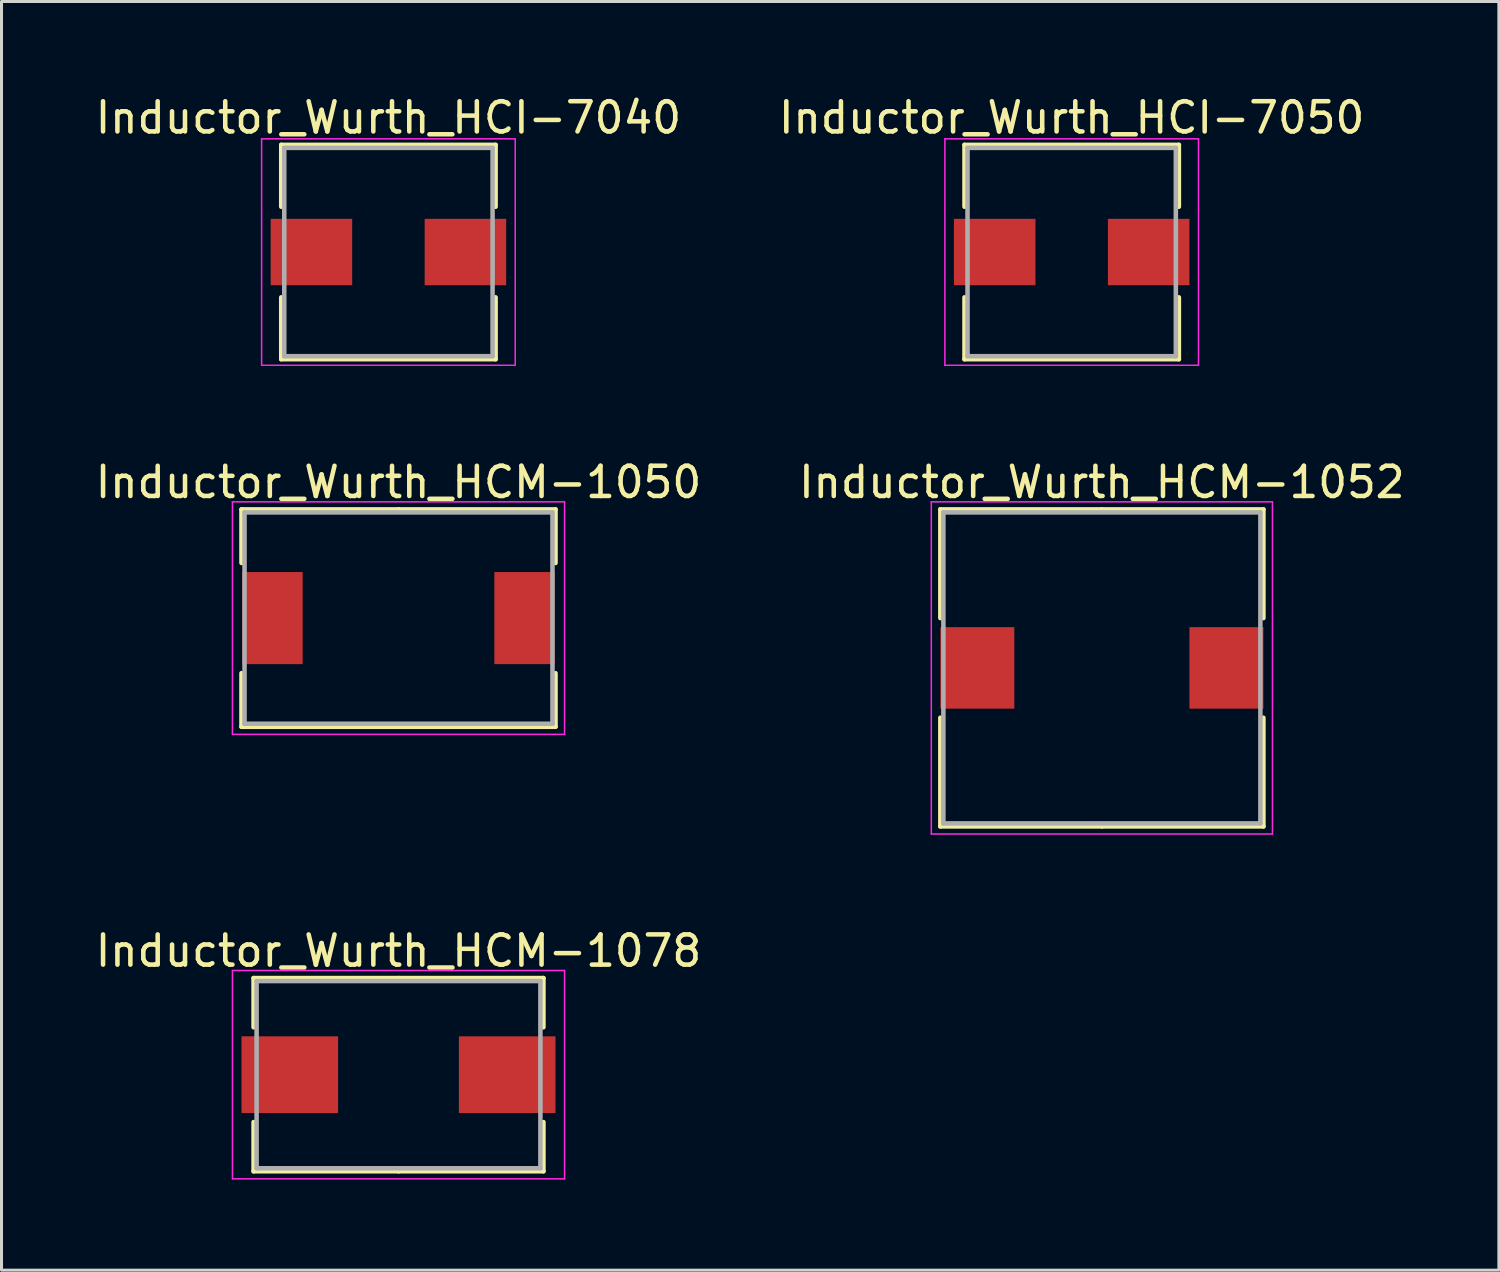
<source format=kicad_pcb>
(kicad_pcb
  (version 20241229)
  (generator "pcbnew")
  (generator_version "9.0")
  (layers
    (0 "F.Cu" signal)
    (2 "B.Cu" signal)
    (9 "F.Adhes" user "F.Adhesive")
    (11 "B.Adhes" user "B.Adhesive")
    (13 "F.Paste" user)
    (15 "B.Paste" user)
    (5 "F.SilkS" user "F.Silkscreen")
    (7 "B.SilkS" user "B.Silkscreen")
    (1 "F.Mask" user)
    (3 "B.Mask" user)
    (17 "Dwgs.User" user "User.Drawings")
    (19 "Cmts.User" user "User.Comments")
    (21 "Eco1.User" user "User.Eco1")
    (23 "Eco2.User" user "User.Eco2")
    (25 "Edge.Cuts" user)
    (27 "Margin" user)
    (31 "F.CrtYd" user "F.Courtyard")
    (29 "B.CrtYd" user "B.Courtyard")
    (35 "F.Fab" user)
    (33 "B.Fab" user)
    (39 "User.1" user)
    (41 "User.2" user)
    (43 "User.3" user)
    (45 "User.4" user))
  (footprint "Inductor_Wurth_HCM-1050"
    (layer "F.Cu")
    (at 10.149 17.422)
    (property "Reference" "Inductor_Wurth_HCM-1050" (at 0 -4.5 0) (layer "F.SilkS") (effects (font (size 1 1) (thickness 0.15))))
    (attr smd)
    (fp_line (start -5.2 -3.6) (end 0 -3.6) (stroke (width 0.15) (type solid)) (layer "F.SilkS"))
    (fp_line (start -5.2 -1.825) (end -5.2 -3.6) (stroke (width 0.15) (type solid)) (layer "F.SilkS"))
    (fp_line (start -5.2 1.825) (end -5.2 3.6) (stroke (width 0.15) (type solid)) (layer "F.SilkS"))
    (fp_line (start -5.2 3.6) (end 0 3.6) (stroke (width 0.15) (type solid)) (layer "F.SilkS"))
    (fp_line (start 5.2 -3.6) (end 0 -3.6) (stroke (width 0.15) (type solid)) (layer "F.SilkS"))
    (fp_line (start 5.2 -1.825) (end 5.2 -3.6) (stroke (width 0.15) (type solid)) (layer "F.SilkS"))
    (fp_line (start 5.2 1.825) (end 5.2 3.6) (stroke (width 0.15) (type solid)) (layer "F.SilkS"))
    (fp_line (start 5.2 3.6) (end 0 3.6) (stroke (width 0.15) (type solid)) (layer "F.SilkS"))
    (fp_line (start -5.5 -3.85) (end -5.5 3.85) (stroke (width 0.05) (type solid)) (layer "F.CrtYd"))
    (fp_line (start -5.5 3.85) (end 5.5 3.85) (stroke (width 0.05) (type solid)) (layer "F.CrtYd"))
    (fp_line (start 5.5 -3.85) (end -5.5 -3.85) (stroke (width 0.05) (type solid)) (layer "F.CrtYd"))
    (fp_line (start 5.5 3.85) (end 5.5 -3.85) (stroke (width 0.05) (type solid)) (layer "F.CrtYd"))
    (fp_line (start -5.1 -3.5) (end -5.1 3.5) (stroke (width 0.15) (type solid)) (layer "F.Fab"))
    (fp_line (start -5.1 3.5) (end 5.1 3.5) (stroke (width 0.15) (type solid)) (layer "F.Fab"))
    (fp_line (start 5.1 -3.5) (end -5.1 -3.5) (stroke (width 0.15) (type solid)) (layer "F.Fab"))
    (fp_line (start 5.1 3.5) (end 5.1 -3.5) (stroke (width 0.15) (type solid)) (layer "F.Fab"))
    (pad "1" smd rect (at -4.175 0) (size 2 3.05) (layers "F.Cu" "F.Mask" "F.Paste"))
    (pad "2" smd rect (at 4.175 0) (size 2 3.05) (layers "F.Cu" "F.Mask" "F.Paste")))
  (footprint "Inductor_Wurth_HCI-7050"
    (layer "F.Cu")
    (at 32.446 5.298)
    (property "Reference" "Inductor_Wurth_HCI-7050" (at 0 -4.45 0) (layer "F.SilkS") (effects (font (size 1 1) (thickness 0.15))))
    (attr smd)
    (fp_line (start -3.55 -3.55) (end 3.55 -3.55) (stroke (width 0.15) (type solid)) (layer "F.SilkS"))
    (fp_line (start -3.55 -1.5) (end -3.55 -3.55) (stroke (width 0.15) (type solid)) (layer "F.SilkS"))
    (fp_line (start -3.55 1.5) (end -3.55 3.55) (stroke (width 0.15) (type solid)) (layer "F.SilkS"))
    (fp_line (start -3.55 3.55) (end 3.55 3.55) (stroke (width 0.15) (type solid)) (layer "F.SilkS"))
    (fp_line (start 3.55 -3.55) (end 3.55 -1.5) (stroke (width 0.15) (type solid)) (layer "F.SilkS"))
    (fp_line (start 3.55 3.55) (end 3.55 1.5) (stroke (width 0.15) (type solid)) (layer "F.SilkS"))
    (fp_line (start -4.2 -3.75) (end -4.2 3.75) (stroke (width 0.05) (type solid)) (layer "F.CrtYd"))
    (fp_line (start -4.2 3.75) (end 4.2 3.75) (stroke (width 0.05) (type solid)) (layer "F.CrtYd"))
    (fp_line (start 4.2 -3.75) (end -4.2 -3.75) (stroke (width 0.05) (type solid)) (layer "F.CrtYd"))
    (fp_line (start 4.2 3.75) (end 4.2 -3.75) (stroke (width 0.05) (type solid)) (layer "F.CrtYd"))
    (fp_line (start -3.45 -3.45) (end -3.45 3.45) (stroke (width 0.15) (type solid)) (layer "F.Fab"))
    (fp_line (start -3.45 3.45) (end 3.45 3.45) (stroke (width 0.15) (type solid)) (layer "F.Fab"))
    (fp_line (start 3.45 -3.45) (end -3.45 -3.45) (stroke (width 0.15) (type solid)) (layer "F.Fab"))
    (fp_line (start 3.45 3.45) (end 3.45 -3.45) (stroke (width 0.15) (type solid)) (layer "F.Fab"))
    (pad "1" smd rect (at -2.55 0) (size 2.7 2.2) (layers "F.Cu" "F.Mask" "F.Paste"))
    (pad "2" smd rect (at 2.55 0) (size 2.7 2.2) (layers "F.Cu" "F.Mask" "F.Paste")))
  (footprint "Inductor_Wurth_HCI-7040"
    (layer "F.Cu")
    (at 9.815 5.298)
    (property "Reference" "Inductor_Wurth_HCI-7040" (at 0 -4.45 0) (layer "F.SilkS") (effects (font (size 1 1) (thickness 0.15))))
    (attr smd)
    (fp_line (start -3.55 -3.55) (end 3.55 -3.55) (stroke (width 0.15) (type solid)) (layer "F.SilkS"))
    (fp_line (start -3.55 -1.5) (end -3.55 -3.55) (stroke (width 0.15) (type solid)) (layer "F.SilkS"))
    (fp_line (start -3.55 1.5) (end -3.55 3.55) (stroke (width 0.15) (type solid)) (layer "F.SilkS"))
    (fp_line (start -3.55 3.55) (end 3.55 3.55) (stroke (width 0.15) (type solid)) (layer "F.SilkS"))
    (fp_line (start 3.55 -3.55) (end 3.55 -1.5) (stroke (width 0.15) (type solid)) (layer "F.SilkS"))
    (fp_line (start 3.55 3.55) (end 3.55 1.5) (stroke (width 0.15) (type solid)) (layer "F.SilkS"))
    (fp_line (start -4.2 -3.75) (end -4.2 3.75) (stroke (width 0.05) (type solid)) (layer "F.CrtYd"))
    (fp_line (start -4.2 3.75) (end 4.2 3.75) (stroke (width 0.05) (type solid)) (layer "F.CrtYd"))
    (fp_line (start 4.2 -3.75) (end -4.2 -3.75) (stroke (width 0.05) (type solid)) (layer "F.CrtYd"))
    (fp_line (start 4.2 3.75) (end 4.2 -3.75) (stroke (width 0.05) (type solid)) (layer "F.CrtYd"))
    (fp_line (start -3.45 -3.45) (end -3.45 3.45) (stroke (width 0.15) (type solid)) (layer "F.Fab"))
    (fp_line (start -3.45 3.45) (end 3.45 3.45) (stroke (width 0.15) (type solid)) (layer "F.Fab"))
    (fp_line (start 3.45 -3.45) (end -3.45 -3.45) (stroke (width 0.15) (type solid)) (layer "F.Fab"))
    (fp_line (start 3.45 3.45) (end 3.45 -3.45) (stroke (width 0.15) (type solid)) (layer "F.Fab"))
    (pad "1" smd rect (at -2.55 0) (size 2.7 2.2) (layers "F.Cu" "F.Mask" "F.Paste"))
    (pad "2" smd rect (at 2.55 0) (size 2.7 2.2) (layers "F.Cu" "F.Mask" "F.Paste")))
  (footprint "Inductor_Wurth_HCM-1078"
    (layer "F.Cu")
    (at 10.149 32.545)
    (property "Reference" "Inductor_Wurth_HCM-1078" (at 0 -4.1 0) (layer "F.SilkS") (effects (font (size 1 1) (thickness 0.15))))
    (attr smd)
    (fp_line (start -4.8 -3.2) (end 0 -3.2) (stroke (width 0.15) (type solid)) (layer "F.SilkS"))
    (fp_line (start -4.8 -1.57) (end -4.8 -3.2) (stroke (width 0.15) (type solid)) (layer "F.SilkS"))
    (fp_line (start -4.8 1.57) (end -4.8 3.2) (stroke (width 0.15) (type solid)) (layer "F.SilkS"))
    (fp_line (start -4.8 3.2) (end 0 3.2) (stroke (width 0.15) (type solid)) (layer "F.SilkS"))
    (fp_line (start 4.8 -3.2) (end 0 -3.2) (stroke (width 0.15) (type solid)) (layer "F.SilkS"))
    (fp_line (start 4.8 -1.57) (end 4.8 -3.2) (stroke (width 0.15) (type solid)) (layer "F.SilkS"))
    (fp_line (start 4.8 1.57) (end 4.8 3.2) (stroke (width 0.15) (type solid)) (layer "F.SilkS"))
    (fp_line (start 4.8 3.2) (end 0 3.2) (stroke (width 0.15) (type solid)) (layer "F.SilkS"))
    (fp_line (start -5.5 -3.45) (end -5.5 3.45) (stroke (width 0.05) (type solid)) (layer "F.CrtYd"))
    (fp_line (start -5.5 3.45) (end 5.5 3.45) (stroke (width 0.05) (type solid)) (layer "F.CrtYd"))
    (fp_line (start 5.5 -3.45) (end -5.5 -3.45) (stroke (width 0.05) (type solid)) (layer "F.CrtYd"))
    (fp_line (start 5.5 3.45) (end 5.5 -3.45) (stroke (width 0.05) (type solid)) (layer "F.CrtYd"))
    (fp_line (start -4.7 -3.1) (end -4.7 3.1) (stroke (width 0.15) (type solid)) (layer "F.Fab"))
    (fp_line (start -4.7 3.1) (end 4.7 3.1) (stroke (width 0.15) (type solid)) (layer "F.Fab"))
    (fp_line (start 4.7 -3.1) (end -4.7 -3.1) (stroke (width 0.15) (type solid)) (layer "F.Fab"))
    (fp_line (start 4.7 3.1) (end 4.7 -3.1) (stroke (width 0.15) (type solid)) (layer "F.Fab"))
    (pad "1" smd rect (at -3.6 0) (size 3.2 2.54) (layers "F.Cu" "F.Mask" "F.Paste"))
    (pad "2" smd rect (at 3.6 0) (size 3.2 2.54) (layers "F.Cu" "F.Mask" "F.Paste")))
  (footprint "Inductor_Wurth_HCM-1052"
    (layer "F.Cu")
    (at 33.446 19.072)
    (property "Reference" "Inductor_Wurth_HCM-1052" (at 0 -6.15 0) (layer "F.SilkS") (effects (font (size 1 1) (thickness 0.15))))
    (attr smd)
    (fp_line (start -5.35 -5.25) (end 0 -5.25) (stroke (width 0.15) (type solid)) (layer "F.SilkS"))
    (fp_line (start -5.35 -1.65) (end -5.35 -5.25) (stroke (width 0.15) (type solid)) (layer "F.SilkS"))
    (fp_line (start -5.35 1.65) (end -5.35 5.25) (stroke (width 0.15) (type solid)) (layer "F.SilkS"))
    (fp_line (start -5.35 5.25) (end 0 5.25) (stroke (width 0.15) (type solid)) (layer "F.SilkS"))
    (fp_line (start 5.35 -5.25) (end 0 -5.25) (stroke (width 0.15) (type solid)) (layer "F.SilkS"))
    (fp_line (start 5.35 -1.65) (end 5.35 -5.25) (stroke (width 0.15) (type solid)) (layer "F.SilkS"))
    (fp_line (start 5.35 1.65) (end 5.35 5.25) (stroke (width 0.15) (type solid)) (layer "F.SilkS"))
    (fp_line (start 5.35 5.25) (end 0 5.25) (stroke (width 0.15) (type solid)) (layer "F.SilkS"))
    (fp_line (start -5.65 -5.5) (end -5.65 5.5) (stroke (width 0.05) (type solid)) (layer "F.CrtYd"))
    (fp_line (start -5.65 5.5) (end 5.65 5.5) (stroke (width 0.05) (type solid)) (layer "F.CrtYd"))
    (fp_line (start 5.65 -5.5) (end -5.65 -5.5) (stroke (width 0.05) (type solid)) (layer "F.CrtYd"))
    (fp_line (start 5.65 5.5) (end 5.65 -5.5) (stroke (width 0.05) (type solid)) (layer "F.CrtYd"))
    (fp_line (start -5.25 -5.15) (end -5.25 5.15) (stroke (width 0.15) (type solid)) (layer "F.Fab"))
    (fp_line (start -5.25 5.15) (end 5.25 5.15) (stroke (width 0.15) (type solid)) (layer "F.Fab"))
    (fp_line (start 5.25 -5.15) (end -5.25 -5.15) (stroke (width 0.15) (type solid)) (layer "F.Fab"))
    (fp_line (start 5.25 5.15) (end 5.25 -5.15) (stroke (width 0.15) (type solid)) (layer "F.Fab"))
    (pad "1" smd rect (at -4.125 0) (size 2.45 2.7) (layers "F.Cu" "F.Mask" "F.Paste"))
    (pad "2" smd rect (at 4.125 0) (size 2.45 2.7) (layers "F.Cu" "F.Mask" "F.Paste")))
  (gr_rect
    (start -3 -3)
    (end 46.595 39.02)
    (stroke (width 0.1) (type default))
    (fill no)
    (layer "Edge.Cuts")))
</source>
